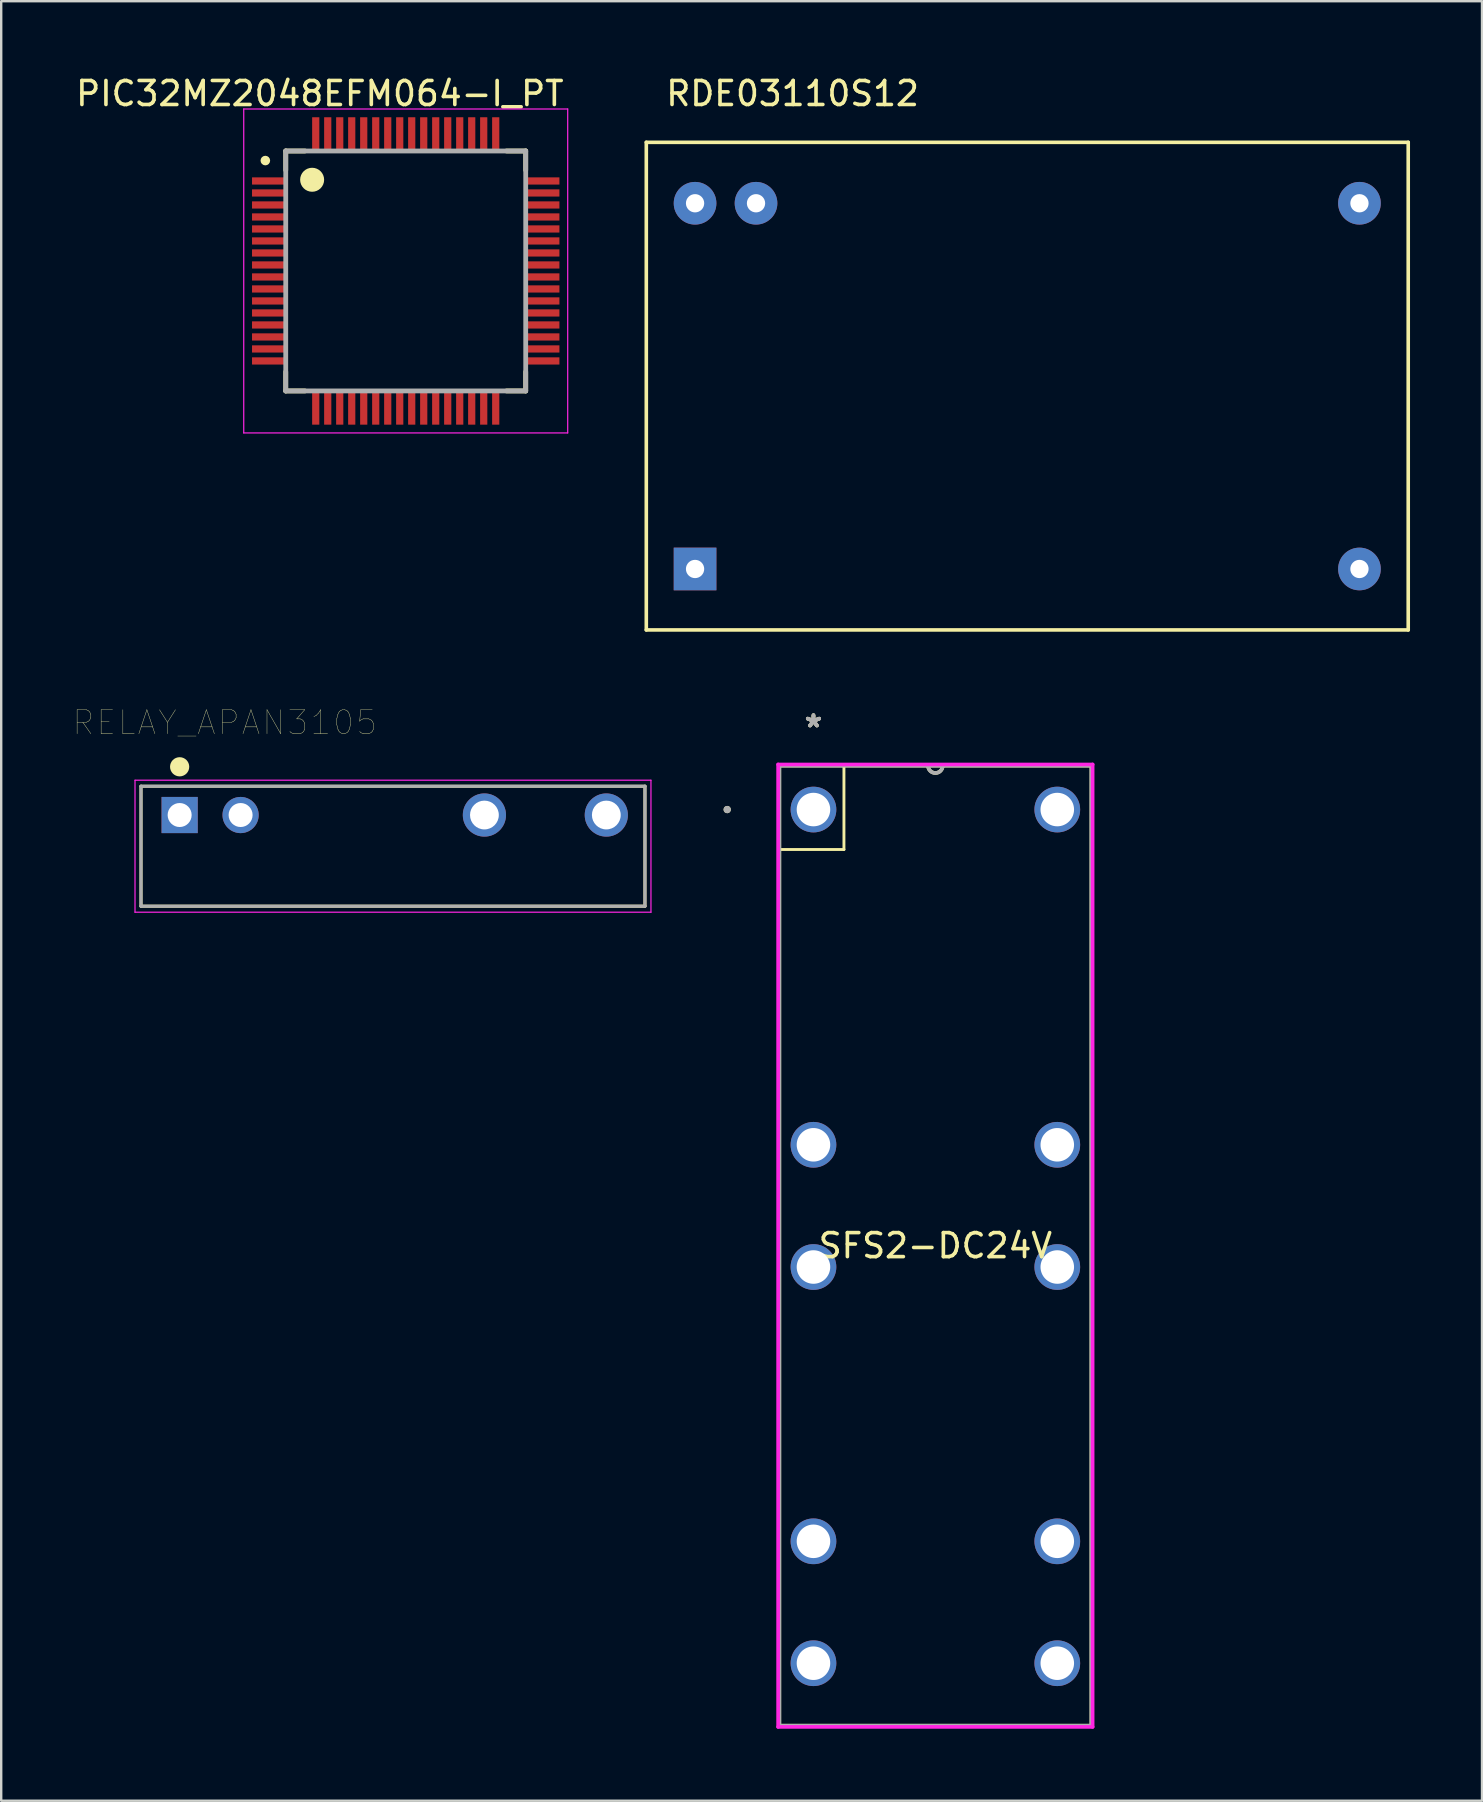
<source format=kicad_pcb>
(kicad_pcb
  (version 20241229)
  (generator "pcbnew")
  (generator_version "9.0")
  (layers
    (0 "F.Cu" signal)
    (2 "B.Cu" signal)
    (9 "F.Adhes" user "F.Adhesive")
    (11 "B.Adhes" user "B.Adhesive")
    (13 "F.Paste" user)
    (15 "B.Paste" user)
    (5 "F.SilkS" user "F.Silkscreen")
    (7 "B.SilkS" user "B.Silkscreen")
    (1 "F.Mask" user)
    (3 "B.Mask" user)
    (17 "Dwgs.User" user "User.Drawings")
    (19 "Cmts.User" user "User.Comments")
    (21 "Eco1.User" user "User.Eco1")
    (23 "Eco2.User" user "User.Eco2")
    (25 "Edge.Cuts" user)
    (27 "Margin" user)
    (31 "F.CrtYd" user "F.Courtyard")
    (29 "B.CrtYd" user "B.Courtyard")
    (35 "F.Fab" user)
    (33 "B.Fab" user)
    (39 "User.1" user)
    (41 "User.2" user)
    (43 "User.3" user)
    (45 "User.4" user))
  (footprint "PIC32MZ2048EFM064-I_PT"
    (layer "F.Cu")
    (at 13.857 8.241)
    (property "Reference" "PIC32MZ2048EFM064-I_PT" (at -3.579 -7.392 0) (layer "F.SilkS") (effects (font (size 1.001 1.001) (thickness 0.15))))
    (attr through_hole)
    (fp_line (start -5 -5) (end -5 -4.2) (stroke (width 0.2) (type solid)) (layer "F.SilkS"))
    (fp_line (start -5 4.2) (end -5 5) (stroke (width 0.2) (type solid)) (layer "F.SilkS"))
    (fp_line (start -5 5) (end -4.2 5) (stroke (width 0.2) (type solid)) (layer "F.SilkS"))
    (fp_line (start -4.2 -5) (end -5 -5) (stroke (width 0.2) (type solid)) (layer "F.SilkS"))
    (fp_line (start 4.2 5) (end 5 5) (stroke (width 0.2) (type solid)) (layer "F.SilkS"))
    (fp_line (start 5 -5) (end 4.2 -5) (stroke (width 0.2) (type solid)) (layer "F.SilkS"))
    (fp_line (start 5 -4.2) (end 5 -5) (stroke (width 0.2) (type solid)) (layer "F.SilkS"))
    (fp_line (start 5 5) (end 5 4.2) (stroke (width 0.2) (type solid)) (layer "F.SilkS"))
    (fp_circle (center -5.85 -4.6) (end -5.75 -4.6) (stroke (width 0.2) (type solid)) (fill no) (layer "F.SilkS"))
    (fp_circle (center -3.9 -3.8) (end -3.65 -3.8) (stroke (width 0.5) (type solid)) (fill no) (layer "F.SilkS"))
    (fp_line (start -6.75 -6.75) (end 6.75 -6.75) (stroke (width 0.05) (type solid)) (layer "F.CrtYd"))
    (fp_line (start -6.75 6.75) (end -6.75 -6.75) (stroke (width 0.05) (type solid)) (layer "F.CrtYd"))
    (fp_line (start 6.75 -6.75) (end 6.75 6.75) (stroke (width 0.05) (type solid)) (layer "F.CrtYd"))
    (fp_line (start 6.75 6.75) (end -6.75 6.75) (stroke (width 0.05) (type solid)) (layer "F.CrtYd"))
    (fp_line (start -5 -5) (end 5 -5) (stroke (width 0.2) (type solid)) (layer "F.Fab"))
    (fp_line (start -5 5) (end -5 -5) (stroke (width 0.2) (type solid)) (layer "F.Fab"))
    (fp_line (start 5 -5) (end 5 5) (stroke (width 0.2) (type solid)) (layer "F.Fab"))
    (fp_line (start 5 5) (end -5 5) (stroke (width 0.2) (type solid)) (layer "F.Fab"))
    (pad "1" smd rect (at -5.67 -3.75) (size 1.47 0.3) (layers "F.Cu" "F.Mask" "F.Paste"))
    (pad "2" smd rect (at -5.67 -3.25) (size 1.47 0.3) (layers "F.Cu" "F.Mask" "F.Paste"))
    (pad "3" smd rect (at -5.67 -2.75) (size 1.47 0.3) (layers "F.Cu" "F.Mask" "F.Paste"))
    (pad "4" smd rect (at -5.67 -2.25) (size 1.47 0.3) (layers "F.Cu" "F.Mask" "F.Paste"))
    (pad "5" smd rect (at -5.67 -1.75) (size 1.47 0.3) (layers "F.Cu" "F.Mask" "F.Paste"))
    (pad "6" smd rect (at -5.67 -1.25) (size 1.47 0.3) (layers "F.Cu" "F.Mask" "F.Paste"))
    (pad "7" smd rect (at -5.67 -0.75) (size 1.47 0.3) (layers "F.Cu" "F.Mask" "F.Paste"))
    (pad "8" smd rect (at -5.67 -0.25) (size 1.47 0.3) (layers "F.Cu" "F.Mask" "F.Paste"))
    (pad "9" smd rect (at -5.67 0.25) (size 1.47 0.3) (layers "F.Cu" "F.Mask" "F.Paste"))
    (pad "10" smd rect (at -5.67 0.75) (size 1.47 0.3) (layers "F.Cu" "F.Mask" "F.Paste"))
    (pad "11" smd rect (at -5.67 1.25) (size 1.47 0.3) (layers "F.Cu" "F.Mask" "F.Paste"))
    (pad "12" smd rect (at -5.67 1.75) (size 1.47 0.3) (layers "F.Cu" "F.Mask" "F.Paste"))
    (pad "13" smd rect (at -5.67 2.25) (size 1.47 0.3) (layers "F.Cu" "F.Mask" "F.Paste"))
    (pad "14" smd rect (at -5.67 2.75) (size 1.47 0.3) (layers "F.Cu" "F.Mask" "F.Paste"))
    (pad "15" smd rect (at -5.67 3.25) (size 1.47 0.3) (layers "F.Cu" "F.Mask" "F.Paste"))
    (pad "16" smd rect (at -5.67 3.75) (size 1.47 0.3) (layers "F.Cu" "F.Mask" "F.Paste"))
    (pad "17" smd rect (at -3.75 5.67 90) (size 1.47 0.3) (layers "F.Cu" "F.Mask" "F.Paste"))
    (pad "18" smd rect (at -3.25 5.67 90) (size 1.47 0.3) (layers "F.Cu" "F.Mask" "F.Paste"))
    (pad "19" smd rect (at -2.75 5.67 90) (size 1.47 0.3) (layers "F.Cu" "F.Mask" "F.Paste"))
    (pad "20" smd rect (at -2.25 5.67 90) (size 1.47 0.3) (layers "F.Cu" "F.Mask" "F.Paste"))
    (pad "21" smd rect (at -1.75 5.67 90) (size 1.47 0.3) (layers "F.Cu" "F.Mask" "F.Paste"))
    (pad "22" smd rect (at -1.25 5.67 90) (size 1.47 0.3) (layers "F.Cu" "F.Mask" "F.Paste"))
    (pad "23" smd rect (at -0.75 5.67 90) (size 1.47 0.3) (layers "F.Cu" "F.Mask" "F.Paste"))
    (pad "24" smd rect (at -0.25 5.67 90) (size 1.47 0.3) (layers "F.Cu" "F.Mask" "F.Paste"))
    (pad "25" smd rect (at 0.25 5.67 90) (size 1.47 0.3) (layers "F.Cu" "F.Mask" "F.Paste"))
    (pad "26" smd rect (at 0.75 5.67 90) (size 1.47 0.3) (layers "F.Cu" "F.Mask" "F.Paste"))
    (pad "27" smd rect (at 1.25 5.67 90) (size 1.47 0.3) (layers "F.Cu" "F.Mask" "F.Paste"))
    (pad "28" smd rect (at 1.75 5.67 90) (size 1.47 0.3) (layers "F.Cu" "F.Mask" "F.Paste"))
    (pad "29" smd rect (at 2.25 5.67 90) (size 1.47 0.3) (layers "F.Cu" "F.Mask" "F.Paste"))
    (pad "30" smd rect (at 2.75 5.67 90) (size 1.47 0.3) (layers "F.Cu" "F.Mask" "F.Paste"))
    (pad "31" smd rect (at 3.25 5.67 90) (size 1.47 0.3) (layers "F.Cu" "F.Mask" "F.Paste"))
    (pad "32" smd rect (at 3.75 5.67 90) (size 1.47 0.3) (layers "F.Cu" "F.Mask" "F.Paste"))
    (pad "33" smd rect (at 5.67 3.75 180) (size 1.47 0.3) (layers "F.Cu" "F.Mask" "F.Paste"))
    (pad "34" smd rect (at 5.67 3.25 180) (size 1.47 0.3) (layers "F.Cu" "F.Mask" "F.Paste"))
    (pad "35" smd rect (at 5.67 2.75 180) (size 1.47 0.3) (layers "F.Cu" "F.Mask" "F.Paste"))
    (pad "36" smd rect (at 5.67 2.25 180) (size 1.47 0.3) (layers "F.Cu" "F.Mask" "F.Paste"))
    (pad "37" smd rect (at 5.67 1.75 180) (size 1.47 0.3) (layers "F.Cu" "F.Mask" "F.Paste"))
    (pad "38" smd rect (at 5.67 1.25 180) (size 1.47 0.3) (layers "F.Cu" "F.Mask" "F.Paste"))
    (pad "39" smd rect (at 5.67 0.75 180) (size 1.47 0.3) (layers "F.Cu" "F.Mask" "F.Paste"))
    (pad "40" smd rect (at 5.67 0.25 180) (size 1.47 0.3) (layers "F.Cu" "F.Mask" "F.Paste"))
    (pad "41" smd rect (at 5.67 -0.25 180) (size 1.47 0.3) (layers "F.Cu" "F.Mask" "F.Paste"))
    (pad "42" smd rect (at 5.67 -0.75 180) (size 1.47 0.3) (layers "F.Cu" "F.Mask" "F.Paste"))
    (pad "43" smd rect (at 5.67 -1.25 180) (size 1.47 0.3) (layers "F.Cu" "F.Mask" "F.Paste"))
    (pad "44" smd rect (at 5.67 -1.75 180) (size 1.47 0.3) (layers "F.Cu" "F.Mask" "F.Paste"))
    (pad "45" smd rect (at 5.67 -2.25 180) (size 1.47 0.3) (layers "F.Cu" "F.Mask" "F.Paste"))
    (pad "46" smd rect (at 5.67 -2.75 180) (size 1.47 0.3) (layers "F.Cu" "F.Mask" "F.Paste"))
    (pad "47" smd rect (at 5.67 -3.25 180) (size 1.47 0.3) (layers "F.Cu" "F.Mask" "F.Paste"))
    (pad "48" smd rect (at 5.67 -3.75 180) (size 1.47 0.3) (layers "F.Cu" "F.Mask" "F.Paste"))
    (pad "49" smd rect (at 3.75 -5.67 270) (size 1.47 0.3) (layers "F.Cu" "F.Mask" "F.Paste"))
    (pad "50" smd rect (at 3.25 -5.67 270) (size 1.47 0.3) (layers "F.Cu" "F.Mask" "F.Paste"))
    (pad "51" smd rect (at 2.75 -5.67 270) (size 1.47 0.3) (layers "F.Cu" "F.Mask" "F.Paste"))
    (pad "52" smd rect (at 2.25 -5.67 270) (size 1.47 0.3) (layers "F.Cu" "F.Mask" "F.Paste"))
    (pad "53" smd rect (at 1.75 -5.67 270) (size 1.47 0.3) (layers "F.Cu" "F.Mask" "F.Paste"))
    (pad "54" smd rect (at 1.25 -5.67 270) (size 1.47 0.3) (layers "F.Cu" "F.Mask" "F.Paste"))
    (pad "55" smd rect (at 0.75 -5.67 270) (size 1.47 0.3) (layers "F.Cu" "F.Mask" "F.Paste"))
    (pad "56" smd rect (at 0.25 -5.67 270) (size 1.47 0.3) (layers "F.Cu" "F.Mask" "F.Paste"))
    (pad "57" smd rect (at -0.25 -5.67 270) (size 1.47 0.3) (layers "F.Cu" "F.Mask" "F.Paste"))
    (pad "58" smd rect (at -0.75 -5.67 270) (size 1.47 0.3) (layers "F.Cu" "F.Mask" "F.Paste"))
    (pad "59" smd rect (at -1.25 -5.67 270) (size 1.47 0.3) (layers "F.Cu" "F.Mask" "F.Paste"))
    (pad "60" smd rect (at -1.75 -5.67 270) (size 1.47 0.3) (layers "F.Cu" "F.Mask" "F.Paste"))
    (pad "61" smd rect (at -2.25 -5.67 270) (size 1.47 0.3) (layers "F.Cu" "F.Mask" "F.Paste"))
    (pad "62" smd rect (at -2.75 -5.67 270) (size 1.47 0.3) (layers "F.Cu" "F.Mask" "F.Paste"))
    (pad "63" smd rect (at -3.25 -5.67 270) (size 1.47 0.3) (layers "F.Cu" "F.Mask" "F.Paste"))
    (pad "64" smd rect (at -3.75 -5.67 270) (size 1.47 0.3) (layers "F.Cu" "F.Mask" "F.Paste")))
  (footprint "SFS2-DC24V"
    (layer "F.Cu")
    (at 35.928 48.859)
    (property "Reference" "SFS2-DC24V" (at 0 0 0) (layer "F.SilkS") (effects (font (size 1 1) (thickness 0.15))))
    (attr through_hole)
    (fp_line (start -6.502 -20.003) (end -6.502 20.003) (stroke (width 0.152) (type solid)) (layer "F.SilkS"))
    (fp_line (start -6.502 -16.51) (end -3.81 -16.51) (stroke (width 0.12) (type solid)) (layer "F.SilkS"))
    (fp_line (start -6.502 20.003) (end 6.502 20.003) (stroke (width 0.152) (type solid)) (layer "F.SilkS"))
    (fp_line (start -3.81 -16.51) (end -3.81 -20.003) (stroke (width 0.12) (type solid)) (layer "F.SilkS"))
    (fp_line (start 6.502 -20.003) (end -6.502 -20.003) (stroke (width 0.152) (type solid)) (layer "F.SilkS"))
    (fp_line (start 6.502 20.003) (end 6.502 -20.003) (stroke (width 0.152) (type solid)) (layer "F.SilkS"))
    (fp_arc (start 0.3048 -20.0025) (mid 0 -19.6977) (end -0.3048 -20.0025) (stroke (width 0.1524) (type solid)) (layer "F.SilkS"))
    (fp_circle (center -8.674 -18.174) (end -8.598 -18.174) (stroke (width 0.152) (type solid)) (fill no) (layer "F.SilkS"))
    (fp_line (start -6.553 -20.053) (end 6.553 -20.053) (stroke (width 0.152) (type solid)) (layer "F.CrtYd"))
    (fp_line (start -6.553 20.053) (end -6.553 -20.053) (stroke (width 0.152) (type solid)) (layer "F.CrtYd"))
    (fp_line (start 6.553 -20.053) (end 6.553 20.053) (stroke (width 0.152) (type solid)) (layer "F.CrtYd"))
    (fp_line (start 6.553 20.053) (end -6.553 20.053) (stroke (width 0.152) (type solid)) (layer "F.CrtYd"))
    (fp_line (start -6.502 -20.003) (end -6.502 20.003) (stroke (width 0.152) (type solid)) (layer "F.Fab"))
    (fp_line (start -6.502 20.003) (end 6.502 20.003) (stroke (width 0.152) (type solid)) (layer "F.Fab"))
    (fp_line (start 6.502 -20.003) (end -6.502 -20.003) (stroke (width 0.152) (type solid)) (layer "F.Fab"))
    (fp_line (start 6.502 20.003) (end 6.502 -20.003) (stroke (width 0.152) (type solid)) (layer "F.Fab"))
    (fp_arc (start 0.3048 -20.0025) (mid 0 -19.6977) (end -0.3048 -20.0025) (stroke (width 0.1524) (type solid)) (layer "F.Fab"))
    (fp_circle (center -8.674 -18.174) (end -8.598 -18.174) (stroke (width 0.152) (type solid)) (fill no) (layer "F.Fab"))
    (fp_text user "*" (at -5.08 -21.56 0) (layer "F.SilkS") (effects (font (size 1 1) (thickness 0.15))))
    (fp_text user "*" (at -5.08 -21.56 0) (layer "F.SilkS") (effects (font (size 1 1) (thickness 0.15))))
    (fp_text user "Copyright 2016 Accelerated Designs. All rights reserved." (at 0 0 0) (layer "Cmts.User") (effects (font (size 0.127 0.127) (thickness 0.002))))
    (fp_text user "*" (at -5.08 -21.56 0) (layer "F.Fab") (effects (font (size 1 1) (thickness 0.15))))
    (fp_text user "*" (at -5.08 -21.56 0) (layer "F.Fab") (effects (font (size 1 1) (thickness 0.15))))
    (pad "1" thru_hole circle (at -5.08 -18.174) (size 1.905 1.905) (drill 1.397) (layers "*.Cu" "*.Mask"))
    (pad "2" thru_hole circle (at 5.08 -18.174) (size 1.905 1.905) (drill 1.397) (layers "*.Cu" "*.Mask"))
    (pad "3" thru_hole circle (at -5.08 -4.204) (size 1.905 1.905) (drill 1.397) (layers "*.Cu" "*.Mask"))
    (pad "4" thru_hole circle (at -5.08 0.889) (size 1.905 1.905) (drill 1.397) (layers "*.Cu" "*.Mask"))
    (pad "5" thru_hole circle (at 5.08 -4.204) (size 1.905 1.905) (drill 1.397) (layers "*.Cu" "*.Mask"))
    (pad "6" thru_hole circle (at 5.08 0.889) (size 1.905 1.905) (drill 1.397) (layers "*.Cu" "*.Mask"))
    (pad "7" thru_hole circle (at -5.08 12.319) (size 1.905 1.905) (drill 1.397) (layers "*.Cu" "*.Mask"))
    (pad "8" thru_hole circle (at -5.08 17.399) (size 1.905 1.905) (drill 1.397) (layers "*.Cu" "*.Mask"))
    (pad "9" thru_hole circle (at 5.08 12.319) (size 1.905 1.905) (drill 1.397) (layers "*.Cu" "*.Mask"))
    (pad "10" thru_hole circle (at 5.08 17.399) (size 1.905 1.905) (drill 1.397) (layers "*.Cu" "*.Mask")))
  (footprint "RDE03110S12"
    (layer "F.Cu")
    (at 23.882 23.2)
    (property "Reference" "RDE03110S12" (at 6.096 -22.352 180) (layer "F.SilkS") (effects (font (size 1 1) (thickness 0.15))))
    (attr through_hole)
    (fp_line (start 0 -20.32) (end 0 0) (stroke (width 0.15) (type solid)) (layer "F.SilkS"))
    (fp_line (start 0 0) (end 31.75 0) (stroke (width 0.15) (type solid)) (layer "F.SilkS"))
    (fp_line (start 31.75 -20.32) (end 0 -20.32) (stroke (width 0.15) (type solid)) (layer "F.SilkS"))
    (fp_line (start 31.75 0) (end 31.75 -20.32) (stroke (width 0.15) (type solid)) (layer "F.SilkS"))
    (pad "1" thru_hole rect (at 2.032 -2.54 180) (size 1.778 1.778) (drill 0.762) (layers "*.Cu" "*.Mask"))
    (pad "12" thru_hole circle (at 29.718 -2.54 180) (size 1.778 1.778) (drill 0.762) (layers "*.Cu" "*.Mask"))
    (pad "13" thru_hole circle (at 29.718 -17.78 180) (size 1.778 1.778) (drill 0.762) (layers "*.Cu" "*.Mask"))
    (pad "23" thru_hole circle (at 4.572 -17.78 180) (size 1.778 1.778) (drill 0.762) (layers "*.Cu" "*.Mask"))
    (pad "24" thru_hole circle (at 2.032 -17.78 180) (size 1.778 1.778) (drill 0.762) (layers "*.Cu" "*.Mask")))
  (footprint "RELAY_APAN3105"
    (layer "F.Cu")
    (at 4.436 30.913)
    (property "Reference" "RELAY_APAN3105" (at 1.876 -3.85 0) (layer "F.SilkS") (effects (font (size 1.001 1.001) (thickness 0.015))))
    (attr through_hole)
    (fp_line (start -1.61 -1.2) (end 19.39 -1.2) (stroke (width 0.127) (type solid)) (layer "F.SilkS"))
    (fp_line (start -1.61 3.8) (end -1.61 -1.2) (stroke (width 0.127) (type solid)) (layer "F.SilkS"))
    (fp_line (start 19.39 -1.2) (end 19.39 3.8) (stroke (width 0.127) (type solid)) (layer "F.SilkS"))
    (fp_line (start 19.39 3.8) (end -1.61 3.8) (stroke (width 0.127) (type solid)) (layer "F.SilkS"))
    (fp_circle (center 0 -2.01) (end 0.2 -2.01) (stroke (width 0.4) (type solid)) (fill no) (layer "F.SilkS"))
    (fp_line (start -1.86 -1.45) (end 19.64 -1.45) (stroke (width 0.05) (type solid)) (layer "F.CrtYd"))
    (fp_line (start -1.86 4.05) (end -1.86 -1.45) (stroke (width 0.05) (type solid)) (layer "F.CrtYd"))
    (fp_line (start 19.64 -1.45) (end 19.64 4.05) (stroke (width 0.05) (type solid)) (layer "F.CrtYd"))
    (fp_line (start 19.64 4.05) (end -1.86 4.05) (stroke (width 0.05) (type solid)) (layer "F.CrtYd"))
    (fp_line (start -1.61 -1.2) (end 19.39 -1.2) (stroke (width 0.127) (type solid)) (layer "F.Fab"))
    (fp_line (start -1.61 3.8) (end -1.61 -1.2) (stroke (width 0.127) (type solid)) (layer "F.Fab"))
    (fp_line (start 19.39 -1.2) (end 19.39 3.8) (stroke (width 0.127) (type solid)) (layer "F.Fab"))
    (fp_line (start 19.39 3.8) (end -1.61 3.8) (stroke (width 0.127) (type solid)) (layer "F.Fab"))
    (pad "C1" thru_hole rect (at 0 0) (size 1.508 1.508) (drill 1) (layers "*.Cu" "*.Mask"))
    (pad "C2" thru_hole circle (at 2.54 0) (size 1.508 1.508) (drill 1) (layers "*.Cu" "*.Mask"))
    (pad "M" thru_hole circle (at 17.78 0) (size 1.8 1.8) (drill 1.2) (layers "*.Cu" "*.Mask"))
    (pad "NO" thru_hole circle (at 12.7 0) (size 1.8 1.8) (drill 1.2) (layers "*.Cu" "*.Mask")))
  (gr_rect
    (start -3 -3)
    (end 58.707 71.988)
    (stroke (width 0.1) (type default))
    (fill no)
    (layer "Edge.Cuts")))
</source>
